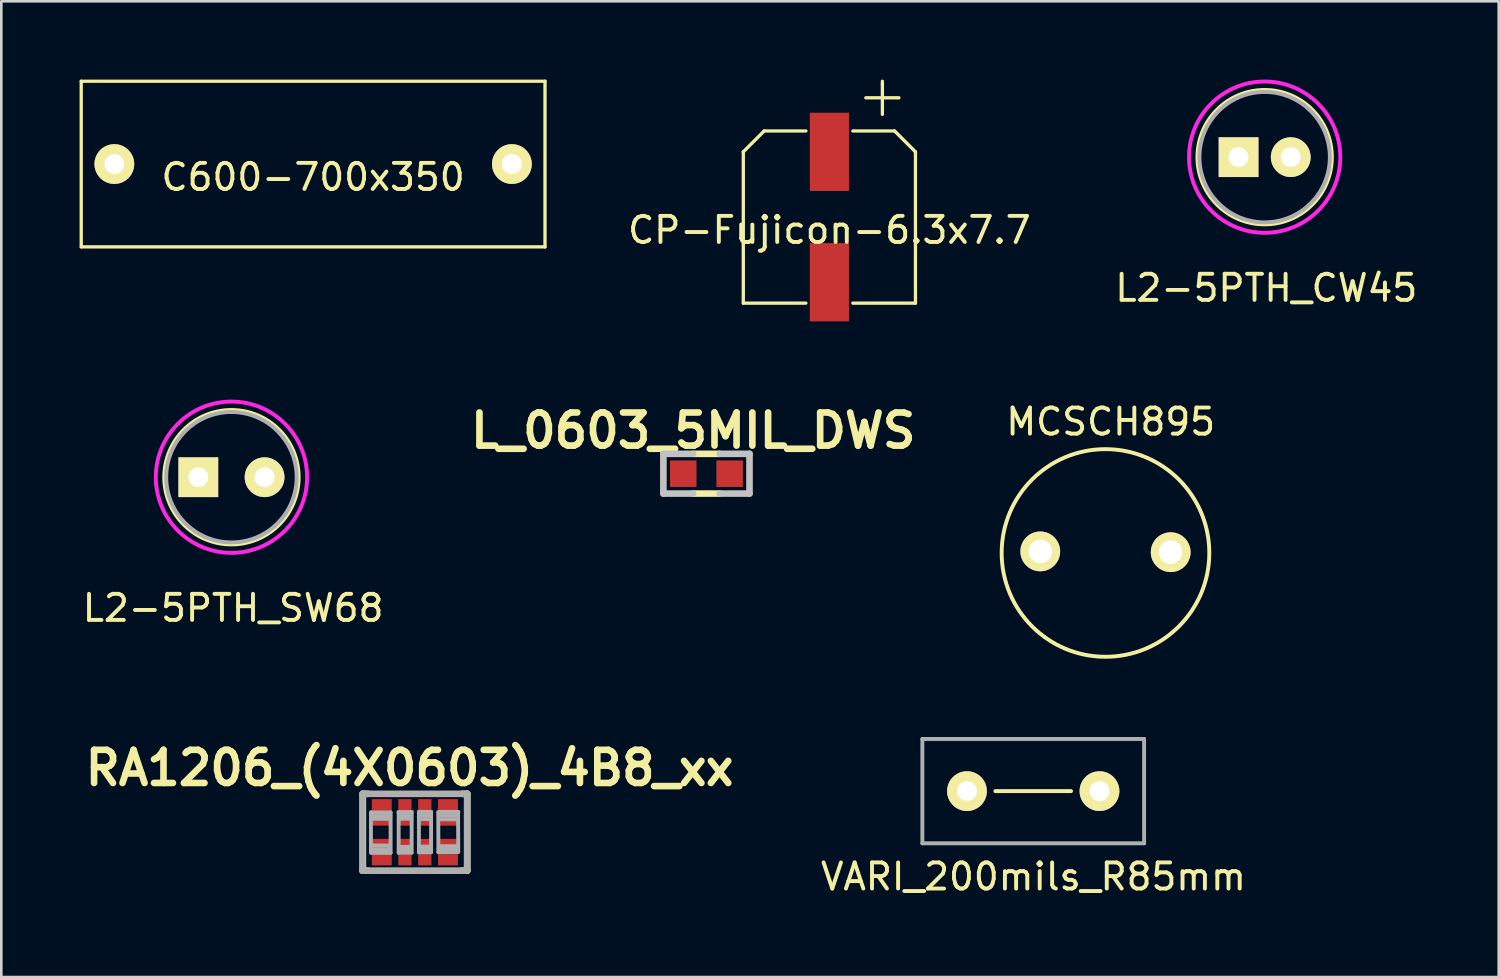
<source format=kicad_pcb>
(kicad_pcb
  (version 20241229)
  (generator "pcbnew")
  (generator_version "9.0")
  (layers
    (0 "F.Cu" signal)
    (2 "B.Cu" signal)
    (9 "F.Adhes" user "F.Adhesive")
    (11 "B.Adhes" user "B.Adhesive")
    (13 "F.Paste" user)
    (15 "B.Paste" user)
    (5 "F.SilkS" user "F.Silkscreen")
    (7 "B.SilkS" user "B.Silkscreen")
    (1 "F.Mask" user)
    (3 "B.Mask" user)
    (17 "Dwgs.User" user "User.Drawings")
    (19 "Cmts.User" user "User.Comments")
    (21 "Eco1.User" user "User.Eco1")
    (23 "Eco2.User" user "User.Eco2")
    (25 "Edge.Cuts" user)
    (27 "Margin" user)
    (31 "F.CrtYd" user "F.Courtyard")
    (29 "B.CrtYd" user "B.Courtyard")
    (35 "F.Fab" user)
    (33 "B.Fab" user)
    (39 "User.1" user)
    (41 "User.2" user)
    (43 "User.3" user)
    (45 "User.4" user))
  (footprint "L_0603_5MIL_DWS"
    (layer "F.Cu")
    (at 24.033 15.11)
    (property "Reference" "L_0603_5MIL_DWS" (at -0.508 -1.651 0) (layer "F.SilkS") (effects (font (size 1.27 1.27) (thickness 0.254))))
    (attr smd)
    (fp_line (start -0.508 -0.762) (end 0.508 -0.762) (stroke (width 0.254) (type solid)) (layer "F.SilkS"))
    (fp_line (start -0.508 0.762) (end 0.508 0.762) (stroke (width 0.254) (type solid)) (layer "F.SilkS"))
    (fp_line (start -1.651 -0.762) (end -1.651 0.762) (stroke (width 0.254) (type solid)) (layer "Dwgs.User"))
    (fp_line (start -1.651 0.762) (end -0.508 0.762) (stroke (width 0.254) (type solid)) (layer "Dwgs.User"))
    (fp_line (start -0.508 -0.762) (end -1.651 -0.762) (stroke (width 0.254) (type solid)) (layer "Dwgs.User"))
    (fp_line (start 0.508 -0.762) (end 1.651 -0.762) (stroke (width 0.254) (type solid)) (layer "Dwgs.User"))
    (fp_line (start 1.651 -0.762) (end 1.651 0.762) (stroke (width 0.254) (type solid)) (layer "Dwgs.User"))
    (fp_line (start 1.651 0.762) (end 0.508 0.762) (stroke (width 0.254) (type solid)) (layer "Dwgs.User"))
    (pad "1" smd rect (at -0.889 0) (size 1.016 1.016) (layers "F.Cu" "F.Mask" "F.Paste"))
    (pad "2" smd rect (at 0.889 0) (size 1.016 1.016) (layers "F.Cu" "F.Mask" "F.Paste")))
  (footprint "VARI_200mils_R85mm"
    (layer "F.Cu")
    (at 36.561 27.279)
    (property "Reference" "VARI_200mils_R85mm" (at 0.01 3.28 0) (layer "F.SilkS") (effects (font (size 1 1) (thickness 0.15))))
    (attr smd)
    (fp_line (start -1.45 0) (end 1.45 0) (stroke (width 0.15) (type solid)) (layer "F.SilkS"))
    (fp_line (start -4.25 -2) (end 4.25 -2) (stroke (width 0.15) (type solid)) (layer "F.Fab"))
    (fp_line (start -4.25 2) (end -4.25 -2) (stroke (width 0.15) (type solid)) (layer "F.Fab"))
    (fp_line (start 4.25 -2) (end 4.25 2) (stroke (width 0.15) (type solid)) (layer "F.Fab"))
    (fp_line (start 4.25 2) (end -4.25 2) (stroke (width 0.15) (type solid)) (layer "F.Fab"))
    (pad "1" thru_hole oval (at -2.54 0) (size 1.524 1.524) (drill 0.762) (layers "*.Cu" "*.Mask" "F.SilkS"))
    (pad "2" thru_hole circle (at 2.54 0) (size 1.524 1.524) (drill 0.762) (layers "*.Cu" "*.Mask" "F.SilkS")))
  (footprint "CP-Fujicon-6.3x7.7"
    (layer "F.Cu")
    (at 28.746 5.271)
    (property "Reference" "CP-Fujicon-6.3x7.7" (at 0 0.5 0) (layer "F.SilkS") (effects (font (size 1 1) (thickness 0.15))))
    (attr smd)
    (fp_line (start -3.3 -2.5) (end -3.3 3.3) (stroke (width 0.127) (type solid)) (layer "F.SilkS"))
    (fp_line (start -3.3 -2.5) (end -2.5 -3.3) (stroke (width 0.127) (type solid)) (layer "F.SilkS"))
    (fp_line (start -3.3 3.3) (end -0.9 3.3) (stroke (width 0.127) (type solid)) (layer "F.SilkS"))
    (fp_line (start -2.5 -3.3) (end -0.9 -3.3) (stroke (width 0.127) (type solid)) (layer "F.SilkS"))
    (fp_line (start 0.9 -3.3) (end 2.5 -3.3) (stroke (width 0.127) (type solid)) (layer "F.SilkS"))
    (fp_line (start 0.9 3.3) (end 3.3 3.3) (stroke (width 0.127) (type solid)) (layer "F.SilkS"))
    (fp_line (start 1.397 -4.572) (end 2.667 -4.572) (stroke (width 0.127) (type solid)) (layer "F.SilkS"))
    (fp_line (start 2.032 -5.207) (end 2.032 -5.08) (stroke (width 0.127) (type solid)) (layer "F.SilkS"))
    (fp_line (start 2.032 -5.08) (end 2.032 -3.937) (stroke (width 0.127) (type solid)) (layer "F.SilkS"))
    (fp_line (start 2.5 -3.3) (end 3.3 -2.5) (stroke (width 0.127) (type solid)) (layer "F.SilkS"))
    (fp_line (start 3.3 -2.5) (end 3.3 3.3) (stroke (width 0.127) (type solid)) (layer "F.SilkS"))
    (pad "1" smd rect (at 0 -2.5) (size 1.5 3) (layers "F.Cu" "F.Mask" "F.Paste"))
    (pad "2" smd rect (at 0 2.5) (size 1.5 3) (layers "F.Cu" "F.Mask" "F.Paste")))
  (footprint "MCSCH895"
    (layer "F.Cu")
    (at 39.331 18.149)
    (property "Reference" "MCSCH895" (at 0.2 -5.03 0) (layer "F.SilkS") (effects (font (size 1 1) (thickness 0.15))))
    (attr smd)
    (fp_circle (center 0 0) (end -3.98 -0.04) (stroke (width 0.15) (type solid)) (fill no) (layer "F.SilkS"))
    (pad "1" thru_hole circle (at -2.5 -0.06) (size 1.524 1.524) (drill 0.9) (layers "*.Cu" "*.Mask" "F.SilkS"))
    (pad "2" thru_hole circle (at 2.5 -0.03) (size 1.524 1.524) (drill 0.9) (layers "*.Cu" "*.Mask" "F.SilkS")))
  (footprint "L2-5PTH_SW68"
    (layer "F.Cu")
    (at 5.823 15.245)
    (property "Reference" "L2-5PTH_SW68" (at 0.064 5.016 0) (layer "F.SilkS") (effects (font (size 1 1) (thickness 0.15))))
    (attr smd)
    (fp_circle (center 0 0) (end -2.6 -0.064) (stroke (width 0.1) (type solid)) (fill no) (layer "F.SilkS"))
    (fp_circle (center 0 0) (end -2.9 0) (stroke (width 0.15) (type solid)) (fill no) (layer "F.CrtYd"))
    (fp_circle (center 0 0) (end -2.5 0) (stroke (width 0.15) (type solid)) (fill no) (layer "F.Fab"))
    (pad "1" thru_hole rect (at -1.27 0) (size 1.524 1.524) (drill 0.762) (layers "*.Cu" "*.Mask" "F.SilkS"))
    (pad "2" thru_hole circle (at 1.27 0) (size 1.524 1.524) (drill 0.762) (layers "*.Cu" "*.Mask" "F.SilkS")))
  (footprint "RA1206_(4X0603)_4B8_xx"
    (layer "F.Cu")
    (at 12.855 28.856)
    (property "Reference" "RA1206_(4X0603)_4B8_xx" (at -0.203 -2.464 0) (layer "F.SilkS") (effects (font (size 1.27 1.27) (thickness 0.254))))
    (attr smd)
    (fp_line (start -2.007 1.473) (end -1.791 1.473) (stroke (width 0.254) (type solid)) (layer "F.SilkS"))
    (fp_line (start -1.994 -1.473) (end -1.994 1.473) (stroke (width 0.254) (type solid)) (layer "F.SilkS"))
    (fp_line (start -1.981 -1.473) (end -1.803 -1.473) (stroke (width 0.254) (type solid)) (layer "F.SilkS"))
    (fp_line (start 1.816 -1.473) (end 2.007 -1.473) (stroke (width 0.254) (type solid)) (layer "F.SilkS"))
    (fp_line (start 2.007 -1.473) (end 2.007 1.473) (stroke (width 0.254) (type solid)) (layer "F.SilkS"))
    (fp_line (start 2.007 1.473) (end 1.791 1.473) (stroke (width 0.254) (type solid)) (layer "F.SilkS"))
    (fp_line (start -2.007 -1.473) (end -2.007 1.473) (stroke (width 0.254) (type solid)) (layer "F.Fab"))
    (fp_line (start -2.007 -1.473) (end 2.007 -1.473) (stroke (width 0.254) (type solid)) (layer "F.Fab"))
    (fp_line (start -2.007 1.473) (end 1.943 1.473) (stroke (width 0.254) (type solid)) (layer "F.Fab"))
    (fp_line (start -1.684 -0.762) (end -1.684 0.79) (stroke (width 0.15) (type solid)) (layer "F.Fab"))
    (fp_line (start -1.679 -0.757) (end -0.932 -0.757) (stroke (width 0.15) (type solid)) (layer "F.Fab"))
    (fp_line (start -1.643 -0.518) (end -1.029 -0.513) (stroke (width 0.15) (type solid)) (layer "F.Fab"))
    (fp_line (start -1.615 0.655) (end -1.008 0.653) (stroke (width 0.15) (type solid)) (layer "F.Fab"))
    (fp_line (start -0.98 0.508) (end -1.618 0.508) (stroke (width 0.15) (type solid)) (layer "F.Fab"))
    (fp_line (start -0.94 -0.622) (end -1.638 -0.622) (stroke (width 0.15) (type solid)) (layer "F.Fab"))
    (fp_line (start -0.93 -0.762) (end -0.93 0.79) (stroke (width 0.15) (type solid)) (layer "F.Fab"))
    (fp_line (start -0.93 0.79) (end -1.638 0.79) (stroke (width 0.15) (type solid)) (layer "F.Fab"))
    (fp_line (start -0.627 -0.772) (end -0.122 -0.772) (stroke (width 0.15) (type solid)) (layer "F.Fab"))
    (fp_line (start -0.622 0.782) (end -0.622 -0.777) (stroke (width 0.15) (type solid)) (layer "F.Fab"))
    (fp_line (start -0.602 -0.632) (end -0.213 -0.63) (stroke (width 0.15) (type solid)) (layer "F.Fab"))
    (fp_line (start -0.589 0.561) (end -0.18 0.561) (stroke (width 0.15) (type solid)) (layer "F.Fab"))
    (fp_line (start -0.582 -0.518) (end -0.185 -0.518) (stroke (width 0.15) (type solid)) (layer "F.Fab"))
    (fp_line (start -0.582 0.645) (end -0.239 0.645) (stroke (width 0.15) (type solid)) (layer "F.Fab"))
    (fp_line (start -0.124 0.782) (end -0.622 0.782) (stroke (width 0.15) (type solid)) (layer "F.Fab"))
    (fp_line (start -0.122 -0.777) (end -0.124 0.782) (stroke (width 0.15) (type solid)) (layer "F.Fab"))
    (fp_line (start 0.155 -0.78) (end 0.625 -0.78) (stroke (width 0.15) (type solid)) (layer "F.Fab"))
    (fp_line (start 0.155 0.767) (end 0.155 -0.777) (stroke (width 0.15) (type solid)) (layer "F.Fab"))
    (fp_line (start 0.163 -0.503) (end 0.594 -0.503) (stroke (width 0.15) (type solid)) (layer "F.Fab"))
    (fp_line (start 0.165 0.551) (end 0.584 0.551) (stroke (width 0.15) (type solid)) (layer "F.Fab"))
    (fp_line (start 0.175 0.66) (end 0.554 0.663) (stroke (width 0.15) (type solid)) (layer "F.Fab"))
    (fp_line (start 0.185 -0.645) (end 0.551 -0.645) (stroke (width 0.15) (type solid)) (layer "F.Fab"))
    (fp_line (start 0.622 -0.782) (end 0.622 0.767) (stroke (width 0.15) (type solid)) (layer "F.Fab"))
    (fp_line (start 0.622 0.767) (end 0.155 0.767) (stroke (width 0.15) (type solid)) (layer "F.Fab"))
    (fp_line (start 0.902 0.762) (end 0.897 -0.767) (stroke (width 0.15) (type solid)) (layer "F.Fab"))
    (fp_line (start 0.907 -0.777) (end 1.669 -0.777) (stroke (width 0.15) (type solid)) (layer "F.Fab"))
    (fp_line (start 0.953 0.533) (end 1.608 0.533) (stroke (width 0.15) (type solid)) (layer "F.Fab"))
    (fp_line (start 0.958 -0.498) (end 1.6 -0.498) (stroke (width 0.15) (type solid)) (layer "F.Fab"))
    (fp_line (start 0.993 -0.64) (end 1.575 -0.64) (stroke (width 0.15) (type solid)) (layer "F.Fab"))
    (fp_line (start 1.638 0.648) (end 1.008 0.655) (stroke (width 0.15) (type solid)) (layer "F.Fab"))
    (fp_line (start 1.656 -0.777) (end 1.664 0.742) (stroke (width 0.15) (type solid)) (layer "F.Fab"))
    (fp_line (start 1.664 0.757) (end 0.902 0.762) (stroke (width 0.15) (type solid)) (layer "F.Fab"))
    (fp_line (start 2.007 -1.473) (end 2.007 1.46) (stroke (width 0.254) (type solid)) (layer "F.Fab"))
    (pad "1.1" smd rect (at -1.27 0.762) (size 0.762 1.016) (layers "F.Cu" "F.Mask" "F.Paste"))
    (pad "1.2" smd rect (at -1.27 -0.762) (size 0.762 1.016) (layers "F.Cu" "F.Mask" "F.Paste"))
    (pad "2.1" smd rect (at -0.381 0.762) (size 0.508 1.016) (layers "F.Cu" "F.Mask" "F.Paste"))
    (pad "2.2" smd rect (at -0.381 -0.762) (size 0.508 1.016) (layers "F.Cu" "F.Mask" "F.Paste"))
    (pad "3.1" smd rect (at 0.381 0.762) (size 0.508 1.016) (layers "F.Cu" "F.Mask" "F.Paste"))
    (pad "3.2" smd rect (at 0.381 -0.762) (size 0.508 1.016) (layers "F.Cu" "F.Mask" "F.Paste"))
    (pad "4.1" smd rect (at 1.27 0.762) (size 0.762 1.016) (layers "F.Cu" "F.Mask" "F.Paste"))
    (pad "4.2" smd rect (at 1.27 -0.762) (size 0.762 1.016) (layers "F.Cu" "F.Mask" "F.Paste")))
  (footprint "L2-5PTH_CW45"
    (layer "F.Cu")
    (at 45.433 2.975)
    (property "Reference" "L2-5PTH_CW45" (at 0.064 5.016 0) (layer "F.SilkS") (effects (font (size 1 1) (thickness 0.15))))
    (attr smd)
    (fp_circle (center 0 0) (end -2.6 -0.064) (stroke (width 0.1) (type solid)) (fill no) (layer "F.SilkS"))
    (fp_circle (center 0 0) (end -2.9 0) (stroke (width 0.15) (type solid)) (fill no) (layer "F.CrtYd"))
    (fp_circle (center 0 0) (end -2.5 0) (stroke (width 0.15) (type solid)) (fill no) (layer "F.Fab"))
    (pad "1" thru_hole rect (at -1 0) (size 1.524 1.524) (drill 0.762) (layers "*.Cu" "*.Mask" "F.SilkS"))
    (pad "2" thru_hole circle (at 1 0) (size 1.524 1.524) (drill 0.762) (layers "*.Cu" "*.Mask" "F.SilkS")))
  (footprint "C600-700x350"
    (layer "F.Cu")
    (at 8.954 3.239)
    (property "Reference" "C600-700x350" (at 0 0.5 0) (layer "F.SilkS") (effects (font (size 1 1) (thickness 0.15))))
    (attr smd)
    (fp_line (start -8.89 -3.175) (end 8.89 -3.175) (stroke (width 0.127) (type solid)) (layer "F.SilkS"))
    (fp_line (start -8.89 3.175) (end -8.89 -3.175) (stroke (width 0.127) (type solid)) (layer "F.SilkS"))
    (fp_line (start 8.89 -3.175) (end 8.89 3.175) (stroke (width 0.127) (type solid)) (layer "F.SilkS"))
    (fp_line (start 8.89 3.175) (end -8.89 3.175) (stroke (width 0.127) (type solid)) (layer "F.SilkS"))
    (pad "1" thru_hole circle (at -7.62 0) (size 1.524 1.524) (drill 0.762) (layers "*.Cu" "*.Mask" "F.SilkS"))
    (pad "2" thru_hole circle (at 7.62 0) (size 1.524 1.524) (drill 0.762) (layers "*.Cu" "*.Mask" "F.SilkS")))
  (gr_rect
    (start -3 -3)
    (end 54.407 34.407)
    (stroke (width 0.1) (type default))
    (fill no)
    (layer "Edge.Cuts")))
</source>
